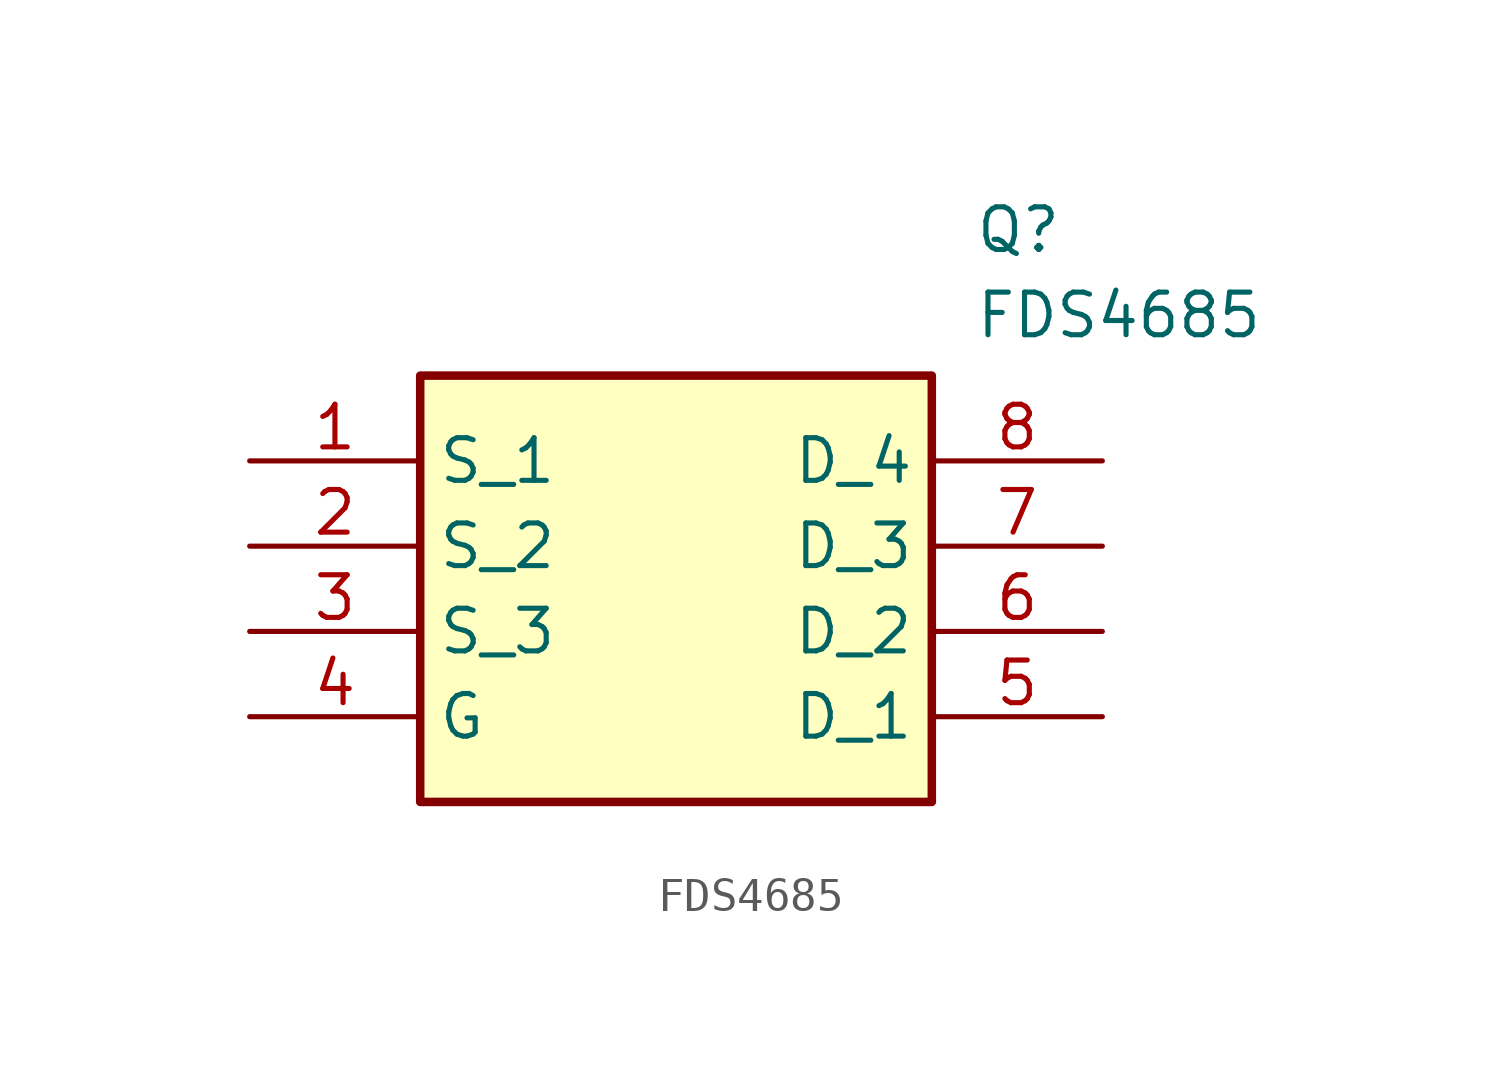
<source format=kicad_sym>
(kicad_symbol_lib
  (version 20211014)
  (generator SamacSys_ECAD_Model)
  (symbol "FDS4685"
    (property "Reference" "Q"
      (at 21.59 7.62 0)
      (effects (font (size 1.27 1.27)) (justify left top)))
    (property "Value" "FDS4685"
      (at 21.59 5.08 0)
      (effects (font (size 1.27 1.27)) (justify left top)))
    (rectangle
      (start 5.08 2.54)
      (end 20.32 -10.16)
      (stroke (width 0.254) (type default))
      (fill (type background)))
    (pin passive line
      (at 0 0 0)
      (length 5.08)
      (name "S_1" (effects (font (size 1.27 1.27))))
      (number "1" (effects (font (size 1.27 1.27)))))
    (pin passive line
      (at 0 -2.54 0)
      (length 5.08)
      (name "S_2" (effects (font (size 1.27 1.27))))
      (number "2" (effects (font (size 1.27 1.27)))))
    (pin passive line
      (at 0 -5.08 0)
      (length 5.08)
      (name "S_3" (effects (font (size 1.27 1.27))))
      (number "3" (effects (font (size 1.27 1.27)))))
    (pin passive line
      (at 0 -7.62 0)
      (length 5.08)
      (name "G" (effects (font (size 1.27 1.27))))
      (number "4" (effects (font (size 1.27 1.27)))))
    (pin passive line
      (at 25.4 0 180)
      (length 5.08)
      (name "D_4" (effects (font (size 1.27 1.27))))
      (number "8" (effects (font (size 1.27 1.27)))))
    (pin passive line
      (at 25.4 -2.54 180)
      (length 5.08)
      (name "D_3" (effects (font (size 1.27 1.27))))
      (number "7" (effects (font (size 1.27 1.27)))))
    (pin passive line
      (at 25.4 -5.08 180)
      (length 5.08)
      (name "D_2" (effects (font (size 1.27 1.27))))
      (number "6" (effects (font (size 1.27 1.27)))))
    (pin passive line
      (at 25.4 -7.62 180)
      (length 5.08)
      (name "D_1" (effects (font (size 1.27 1.27))))
      (number "5" (effects (font (size 1.27 1.27)))))))
</source>
